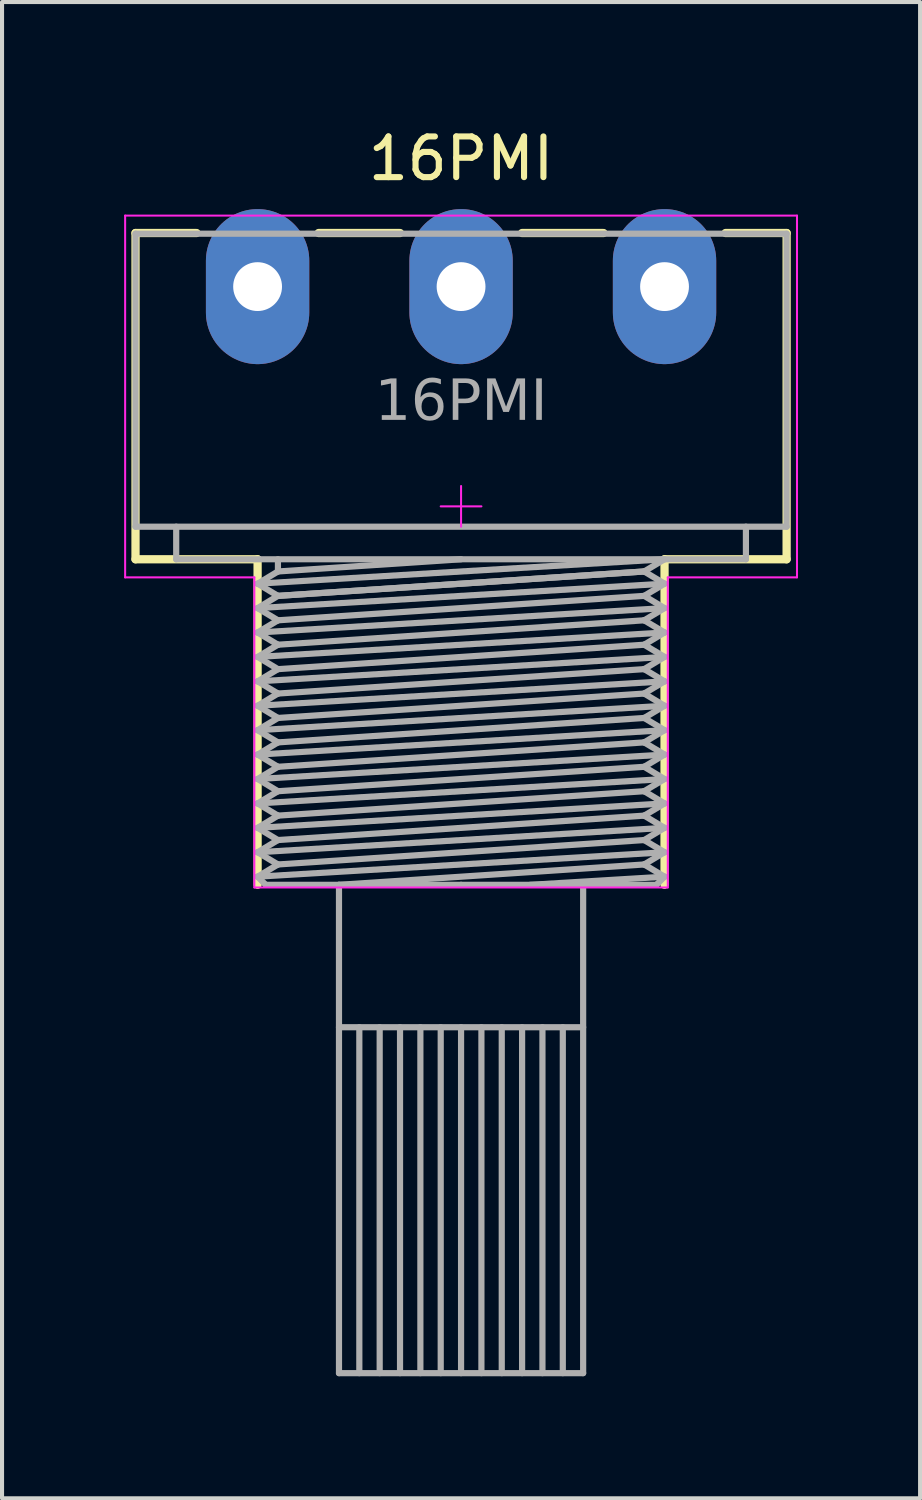
<source format=kicad_pcb>
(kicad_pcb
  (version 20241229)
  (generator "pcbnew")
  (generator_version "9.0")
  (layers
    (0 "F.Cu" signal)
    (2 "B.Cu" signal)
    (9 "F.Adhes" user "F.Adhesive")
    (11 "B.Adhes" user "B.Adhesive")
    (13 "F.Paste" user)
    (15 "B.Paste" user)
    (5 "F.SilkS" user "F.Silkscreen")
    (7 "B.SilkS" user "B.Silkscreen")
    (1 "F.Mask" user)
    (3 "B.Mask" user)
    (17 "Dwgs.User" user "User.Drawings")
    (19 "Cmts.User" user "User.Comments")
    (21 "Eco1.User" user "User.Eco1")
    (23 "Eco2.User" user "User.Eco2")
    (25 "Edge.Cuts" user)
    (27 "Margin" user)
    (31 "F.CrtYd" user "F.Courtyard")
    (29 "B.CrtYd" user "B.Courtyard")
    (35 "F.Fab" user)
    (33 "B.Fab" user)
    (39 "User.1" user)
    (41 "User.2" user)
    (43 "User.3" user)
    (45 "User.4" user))
  (footprint "16PMI"
    (layer "F.Cu")
    (at 8.28 9.393)
    (property "Reference" "16PMI" (at 0 -8.545 180) (layer "F.SilkS") (effects (font (size 1 1) (thickness 0.15))))
    (attr through_hole)
    (fp_line (start -8 -6.717) (end -8 1.3) (stroke (width 0.203) (type solid)) (layer "F.SilkS"))
    (fp_line (start -6.5 -6.717) (end -8 -6.717) (stroke (width 0.203) (type solid)) (layer "F.SilkS"))
    (fp_line (start -5 1.3) (end -8 1.3) (stroke (width 0.203) (type solid)) (layer "F.SilkS"))
    (fp_line (start -5 1.3) (end -5 9.3) (stroke (width 0.203) (type solid)) (layer "F.SilkS"))
    (fp_line (start -1.5 -6.717) (end -3.5 -6.717) (stroke (width 0.203) (type solid)) (layer "F.SilkS"))
    (fp_line (start 3.5 -6.717) (end 1.5 -6.717) (stroke (width 0.203) (type solid)) (layer "F.SilkS"))
    (fp_line (start 5 1.3) (end 5 9.3) (stroke (width 0.203) (type solid)) (layer "F.SilkS"))
    (fp_line (start 5 1.3) (end 8 1.3) (stroke (width 0.203) (type solid)) (layer "F.SilkS"))
    (fp_line (start 8 -6.717) (end 6.5 -6.717) (stroke (width 0.203) (type solid)) (layer "F.SilkS"))
    (fp_line (start 8 -6.717) (end 8 1.3) (stroke (width 0.203) (type solid)) (layer "F.SilkS"))
    (fp_line (start -8.255 -7.145) (end -8.255 1.745) (stroke (width 0.05) (type solid)) (layer "F.CrtYd"))
    (fp_line (start -5.08 1.745) (end -8.255 1.745) (stroke (width 0.05) (type solid)) (layer "F.CrtYd"))
    (fp_line (start -5.08 9.365) (end -5.08 1.745) (stroke (width 0.05) (type solid)) (layer "F.CrtYd"))
    (fp_line (start -5.08 9.365) (end 5.08 9.365) (stroke (width 0.05) (type solid)) (layer "F.CrtYd"))
    (fp_line (start 0 -0.5) (end 0 0.5) (stroke (width 0.05) (type default)) (layer "F.CrtYd"))
    (fp_line (start 0.5 0) (end -0.5 0) (stroke (width 0.05) (type default)) (layer "F.CrtYd"))
    (fp_line (start 5.08 1.745) (end 8.255 1.745) (stroke (width 0.05) (type solid)) (layer "F.CrtYd"))
    (fp_line (start 5.08 9.365) (end 5.08 1.745) (stroke (width 0.05) (type solid)) (layer "F.CrtYd"))
    (fp_line (start 8.255 -7.145) (end -8.255 -7.145) (stroke (width 0.05) (type solid)) (layer "F.CrtYd"))
    (fp_line (start 8.255 1.745) (end 8.255 -7.145) (stroke (width 0.05) (type solid)) (layer "F.CrtYd"))
    (fp_line (start -8 0.5) (end -8 -6.7) (stroke (width 0.152) (type default)) (layer "F.Fab"))
    (fp_line (start -7 1.3) (end -7 0.5) (stroke (width 0.152) (type default)) (layer "F.Fab"))
    (fp_line (start -5 1.9) (end -4.5 2.2) (stroke (width 0.152) (type default)) (layer "F.Fab"))
    (fp_line (start -5 2.5) (end -4.5 2.8) (stroke (width 0.152) (type default)) (layer "F.Fab"))
    (fp_line (start -5 3.1) (end -4.5 3.4) (stroke (width 0.152) (type default)) (layer "F.Fab"))
    (fp_line (start -5 3.7) (end -4.5 4) (stroke (width 0.152) (type default)) (layer "F.Fab"))
    (fp_line (start -5 4.3) (end -4.5 4.6) (stroke (width 0.152) (type default)) (layer "F.Fab"))
    (fp_line (start -5 4.9) (end -4.5 5.2) (stroke (width 0.152) (type default)) (layer "F.Fab"))
    (fp_line (start -5 5.5) (end -4.5 5.8) (stroke (width 0.152) (type default)) (layer "F.Fab"))
    (fp_line (start -5 6.1) (end -4.5 6.4) (stroke (width 0.152) (type default)) (layer "F.Fab"))
    (fp_line (start -5 6.7) (end -4.5 7) (stroke (width 0.152) (type default)) (layer "F.Fab"))
    (fp_line (start -5 7.3) (end -4.5 7.6) (stroke (width 0.152) (type default)) (layer "F.Fab"))
    (fp_line (start -5 7.9) (end -4.5 8.2) (stroke (width 0.152) (type default)) (layer "F.Fab"))
    (fp_line (start -5 8.5) (end -4.5 8.8) (stroke (width 0.152) (type default)) (layer "F.Fab"))
    (fp_line (start -5 9.1) (end -4.8 9.3) (stroke (width 0.152) (type default)) (layer "F.Fab"))
    (fp_line (start -4.5 1.3) (end -4.5 1.6) (stroke (width 0.152) (type default)) (layer "F.Fab"))
    (fp_line (start -4.5 1.6) (end -5 1.9) (stroke (width 0.152) (type default)) (layer "F.Fab"))
    (fp_line (start -4.5 2.2) (end -5 2.5) (stroke (width 0.152) (type default)) (layer "F.Fab"))
    (fp_line (start -4.5 2.8) (end -5 3.1) (stroke (width 0.152) (type default)) (layer "F.Fab"))
    (fp_line (start -4.5 3.4) (end -5 3.7) (stroke (width 0.152) (type default)) (layer "F.Fab"))
    (fp_line (start -4.5 4) (end -5 4.3) (stroke (width 0.152) (type default)) (layer "F.Fab"))
    (fp_line (start -4.5 4.6) (end -5 4.9) (stroke (width 0.152) (type default)) (layer "F.Fab"))
    (fp_line (start -4.5 5.2) (end -5 5.5) (stroke (width 0.152) (type default)) (layer "F.Fab"))
    (fp_line (start -4.5 5.8) (end -5 6.1) (stroke (width 0.152) (type default)) (layer "F.Fab"))
    (fp_line (start -4.5 6.4) (end -5 6.7) (stroke (width 0.152) (type default)) (layer "F.Fab"))
    (fp_line (start -4.5 7) (end -5 7.3) (stroke (width 0.152) (type default)) (layer "F.Fab"))
    (fp_line (start -4.5 7.6) (end -5 7.9) (stroke (width 0.152) (type default)) (layer "F.Fab"))
    (fp_line (start -4.5 8.2) (end -5 8.5) (stroke (width 0.152) (type default)) (layer "F.Fab"))
    (fp_line (start -4.5 8.8) (end -5 9.1) (stroke (width 0.152) (type default)) (layer "F.Fab"))
    (fp_line (start -3 21.3) (end -3 9.3) (stroke (width 0.152) (type default)) (layer "F.Fab"))
    (fp_line (start -2.5 12.8) (end -2.5 21.3) (stroke (width 0.152) (type default)) (layer "F.Fab"))
    (fp_line (start -2 12.8) (end -2 21.3) (stroke (width 0.152) (type default)) (layer "F.Fab"))
    (fp_line (start -1.5 12.8) (end -1.5 21.3) (stroke (width 0.152) (type default)) (layer "F.Fab"))
    (fp_line (start -1 12.8) (end -1 21.3) (stroke (width 0.152) (type default)) (layer "F.Fab"))
    (fp_line (start -0.5 12.8) (end -0.5 21.3) (stroke (width 0.152) (type default)) (layer "F.Fab"))
    (fp_line (start 0 1.3) (end -4.5 1.6) (stroke (width 0.152) (type default)) (layer "F.Fab"))
    (fp_line (start 0 9.3) (end -4.8 9.3) (stroke (width 0.152) (type default)) (layer "F.Fab"))
    (fp_line (start 0 12.8) (end 0 21.3) (stroke (width 0.152) (type default)) (layer "F.Fab"))
    (fp_line (start 0.5 12.8) (end 0.5 21.3) (stroke (width 0.152) (type default)) (layer "F.Fab"))
    (fp_line (start 1 12.8) (end 1 21.3) (stroke (width 0.152) (type default)) (layer "F.Fab"))
    (fp_line (start 1.5 12.8) (end 1.5 21.3) (stroke (width 0.152) (type default)) (layer "F.Fab"))
    (fp_line (start 2 12.8) (end 2 21.3) (stroke (width 0.152) (type default)) (layer "F.Fab"))
    (fp_line (start 2.5 12.8) (end 2.5 21.3) (stroke (width 0.152) (type default)) (layer "F.Fab"))
    (fp_line (start 3 12.8) (end -3 12.8) (stroke (width 0.152) (type default)) (layer "F.Fab"))
    (fp_line (start 3 21.3) (end -3 21.3) (stroke (width 0.152) (type default)) (layer "F.Fab"))
    (fp_line (start 3 21.3) (end 3 9.3) (stroke (width 0.152) (type default)) (layer "F.Fab"))
    (fp_line (start 4.5 1.6) (end -4.5 2.2) (stroke (width 0.152) (type default)) (layer "F.Fab"))
    (fp_line (start 4.5 1.6) (end -4.5 2.2) (stroke (width 0.152) (type default)) (layer "F.Fab"))
    (fp_line (start 4.5 1.6) (end 5 1.9) (stroke (width 0.152) (type default)) (layer "F.Fab"))
    (fp_line (start 4.5 2.2) (end -4.5 2.8) (stroke (width 0.152) (type default)) (layer "F.Fab"))
    (fp_line (start 4.5 2.2) (end 5 2.5) (stroke (width 0.152) (type default)) (layer "F.Fab"))
    (fp_line (start 4.5 2.8) (end -4.5 3.4) (stroke (width 0.152) (type default)) (layer "F.Fab"))
    (fp_line (start 4.5 2.8) (end 5 3.1) (stroke (width 0.152) (type default)) (layer "F.Fab"))
    (fp_line (start 4.5 3.4) (end -4.5 4) (stroke (width 0.152) (type default)) (layer "F.Fab"))
    (fp_line (start 4.5 3.4) (end 5 3.7) (stroke (width 0.152) (type default)) (layer "F.Fab"))
    (fp_line (start 4.5 4) (end -4.5 4.6) (stroke (width 0.152) (type default)) (layer "F.Fab"))
    (fp_line (start 4.5 4) (end 5 4.3) (stroke (width 0.152) (type default)) (layer "F.Fab"))
    (fp_line (start 4.5 4.6) (end -4.5 5.2) (stroke (width 0.152) (type default)) (layer "F.Fab"))
    (fp_line (start 4.5 4.6) (end 5 4.9) (stroke (width 0.152) (type default)) (layer "F.Fab"))
    (fp_line (start 4.5 5.2) (end -4.5 5.8) (stroke (width 0.152) (type default)) (layer "F.Fab"))
    (fp_line (start 4.5 5.2) (end 5 5.5) (stroke (width 0.152) (type default)) (layer "F.Fab"))
    (fp_line (start 4.5 5.8) (end -4.5 6.4) (stroke (width 0.152) (type default)) (layer "F.Fab"))
    (fp_line (start 4.5 5.8) (end 5 6.1) (stroke (width 0.152) (type default)) (layer "F.Fab"))
    (fp_line (start 4.5 6.4) (end -4.5 7) (stroke (width 0.152) (type default)) (layer "F.Fab"))
    (fp_line (start 4.5 6.4) (end 5 6.7) (stroke (width 0.152) (type default)) (layer "F.Fab"))
    (fp_line (start 4.5 7) (end -4.5 7.6) (stroke (width 0.152) (type default)) (layer "F.Fab"))
    (fp_line (start 4.5 7) (end 5 7.3) (stroke (width 0.152) (type default)) (layer "F.Fab"))
    (fp_line (start 4.5 7.6) (end -4.5 8.2) (stroke (width 0.152) (type default)) (layer "F.Fab"))
    (fp_line (start 4.5 7.6) (end 5 7.9) (stroke (width 0.152) (type default)) (layer "F.Fab"))
    (fp_line (start 4.5 8.2) (end -4.5 8.8) (stroke (width 0.152) (type default)) (layer "F.Fab"))
    (fp_line (start 4.5 8.2) (end 5 8.5) (stroke (width 0.152) (type default)) (layer "F.Fab"))
    (fp_line (start 4.5 8.8) (end -3 9.3) (stroke (width 0.152) (type default)) (layer "F.Fab"))
    (fp_line (start 4.5 8.8) (end 5 9.1) (stroke (width 0.152) (type default)) (layer "F.Fab"))
    (fp_line (start 4.8 9.3) (end 0 9.3) (stroke (width 0.152) (type default)) (layer "F.Fab"))
    (fp_line (start 5 1.3) (end -5 1.9) (stroke (width 0.152) (type default)) (layer "F.Fab"))
    (fp_line (start 5 1.3) (end 4.5 1.6) (stroke (width 0.152) (type default)) (layer "F.Fab"))
    (fp_line (start 5 1.9) (end -5 2.5) (stroke (width 0.152) (type default)) (layer "F.Fab"))
    (fp_line (start 5 1.9) (end 4.5 2.2) (stroke (width 0.152) (type default)) (layer "F.Fab"))
    (fp_line (start 5 2.5) (end -5 3.1) (stroke (width 0.152) (type default)) (layer "F.Fab"))
    (fp_line (start 5 2.5) (end 4.5 2.8) (stroke (width 0.152) (type default)) (layer "F.Fab"))
    (fp_line (start 5 3.1) (end -5 3.7) (stroke (width 0.152) (type default)) (layer "F.Fab"))
    (fp_line (start 5 3.1) (end 4.5 3.4) (stroke (width 0.152) (type default)) (layer "F.Fab"))
    (fp_line (start 5 3.7) (end -5 4.3) (stroke (width 0.152) (type default)) (layer "F.Fab"))
    (fp_line (start 5 3.7) (end 4.5 4) (stroke (width 0.152) (type default)) (layer "F.Fab"))
    (fp_line (start 5 4.3) (end -5 4.9) (stroke (width 0.152) (type default)) (layer "F.Fab"))
    (fp_line (start 5 4.3) (end 4.5 4.6) (stroke (width 0.152) (type default)) (layer "F.Fab"))
    (fp_line (start 5 4.9) (end -5 5.5) (stroke (width 0.152) (type default)) (layer "F.Fab"))
    (fp_line (start 5 4.9) (end 4.5 5.2) (stroke (width 0.152) (type default)) (layer "F.Fab"))
    (fp_line (start 5 5.5) (end -5 6.1) (stroke (width 0.152) (type default)) (layer "F.Fab"))
    (fp_line (start 5 5.5) (end 4.5 5.8) (stroke (width 0.152) (type default)) (layer "F.Fab"))
    (fp_line (start 5 6.1) (end -5 6.7) (stroke (width 0.152) (type default)) (layer "F.Fab"))
    (fp_line (start 5 6.1) (end 4.5 6.4) (stroke (width 0.152) (type default)) (layer "F.Fab"))
    (fp_line (start 5 6.7) (end -5 7.3) (stroke (width 0.152) (type default)) (layer "F.Fab"))
    (fp_line (start 5 6.7) (end 4.5 7) (stroke (width 0.152) (type default)) (layer "F.Fab"))
    (fp_line (start 5 7.3) (end -5 7.9) (stroke (width 0.152) (type default)) (layer "F.Fab"))
    (fp_line (start 5 7.3) (end 4.5 7.6) (stroke (width 0.152) (type default)) (layer "F.Fab"))
    (fp_line (start 5 7.9) (end -5 8.5) (stroke (width 0.152) (type default)) (layer "F.Fab"))
    (fp_line (start 5 7.9) (end 4.5 8.2) (stroke (width 0.152) (type default)) (layer "F.Fab"))
    (fp_line (start 5 8.5) (end -5 9.1) (stroke (width 0.152) (type default)) (layer "F.Fab"))
    (fp_line (start 5 8.5) (end 4.5 8.8) (stroke (width 0.152) (type default)) (layer "F.Fab"))
    (fp_line (start 5 9.1) (end 1.7 9.3) (stroke (width 0.152) (type default)) (layer "F.Fab"))
    (fp_line (start 5 9.1) (end 4.8 9.3) (stroke (width 0.152) (type default)) (layer "F.Fab"))
    (fp_line (start 7 1.3) (end -7 1.3) (stroke (width 0.152) (type default)) (layer "F.Fab"))
    (fp_line (start 7 1.3) (end 7 0.5) (stroke (width 0.152) (type default)) (layer "F.Fab"))
    (fp_line (start 8 -6.7) (end -8 -6.7) (stroke (width 0.152) (type default)) (layer "F.Fab"))
    (fp_line (start 8 0.5) (end -8 0.5) (stroke (width 0.152) (type default)) (layer "F.Fab"))
    (fp_line (start 8 0.5) (end 8 -6.7) (stroke (width 0.152) (type default)) (layer "F.Fab"))
    (fp_text user "${REFERENCE}" (at 0 -2.54 0) (layer "F.Fab") (effects (font (face "Tahoma") (size 1 1) (thickness 0.15))))
    (pad "1" thru_hole oval (at -5 -5.4) (size 2.54 3.81) (drill 1.2) (layers "*.Cu" "*.Mask"))
    (pad "2" thru_hole oval (at 0 -5.4) (size 2.54 3.81) (drill 1.2) (layers "*.Cu" "*.Mask"))
    (pad "3" thru_hole oval (at 5 -5.4) (size 2.54 3.81) (drill 1.2) (layers "*.Cu" "*.Mask")))
  (gr_rect
    (start -3 -3)
    (end 19.56 33.769)
    (stroke (width 0.1) (type default))
    (fill no)
    (layer "Edge.Cuts")))
</source>
